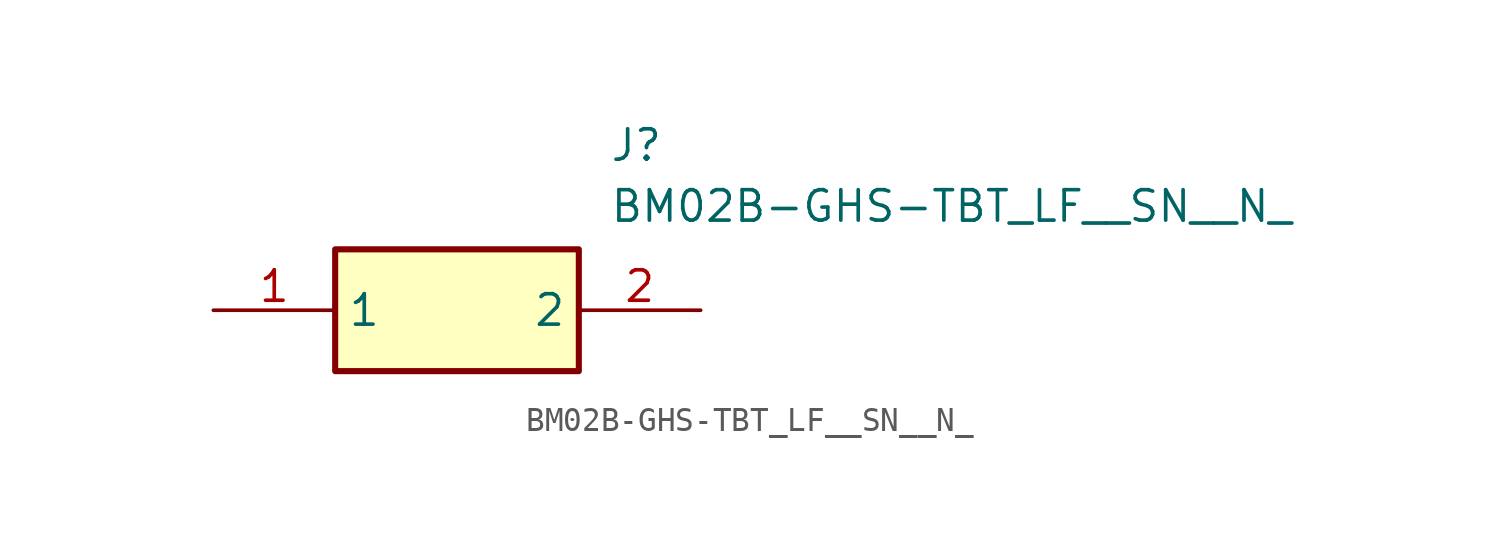
<source format=kicad_sym>
(kicad_symbol_lib
  (version 20211014)
  (generator SamacSys_ECAD_Model)
  (symbol "BM02B-GHS-TBT_LF__SN__N_"
    (property "Reference" "J"
      (at 16.51 7.62 0)
      (effects (font (size 1.27 1.27)) (justify left top)))
    (property "Value" "BM02B-GHS-TBT_LF__SN__N_"
      (at 16.51 5.08 0)
      (effects (font (size 1.27 1.27)) (justify left top)))
    (rectangle
      (start 5.08 2.54)
      (end 15.24 -2.54)
      (stroke (width 0.254) (type default))
      (fill (type background)))
    (pin passive line
      (at 0 0 0)
      (length 5.08)
      (name "1" (effects (font (size 1.27 1.27))))
      (number "1" (effects (font (size 1.27 1.27)))))
    (pin passive line
      (at 20.32 0 180)
      (length 5.08)
      (name "2" (effects (font (size 1.27 1.27))))
      (number "2" (effects (font (size 1.27 1.27)))))))
</source>
